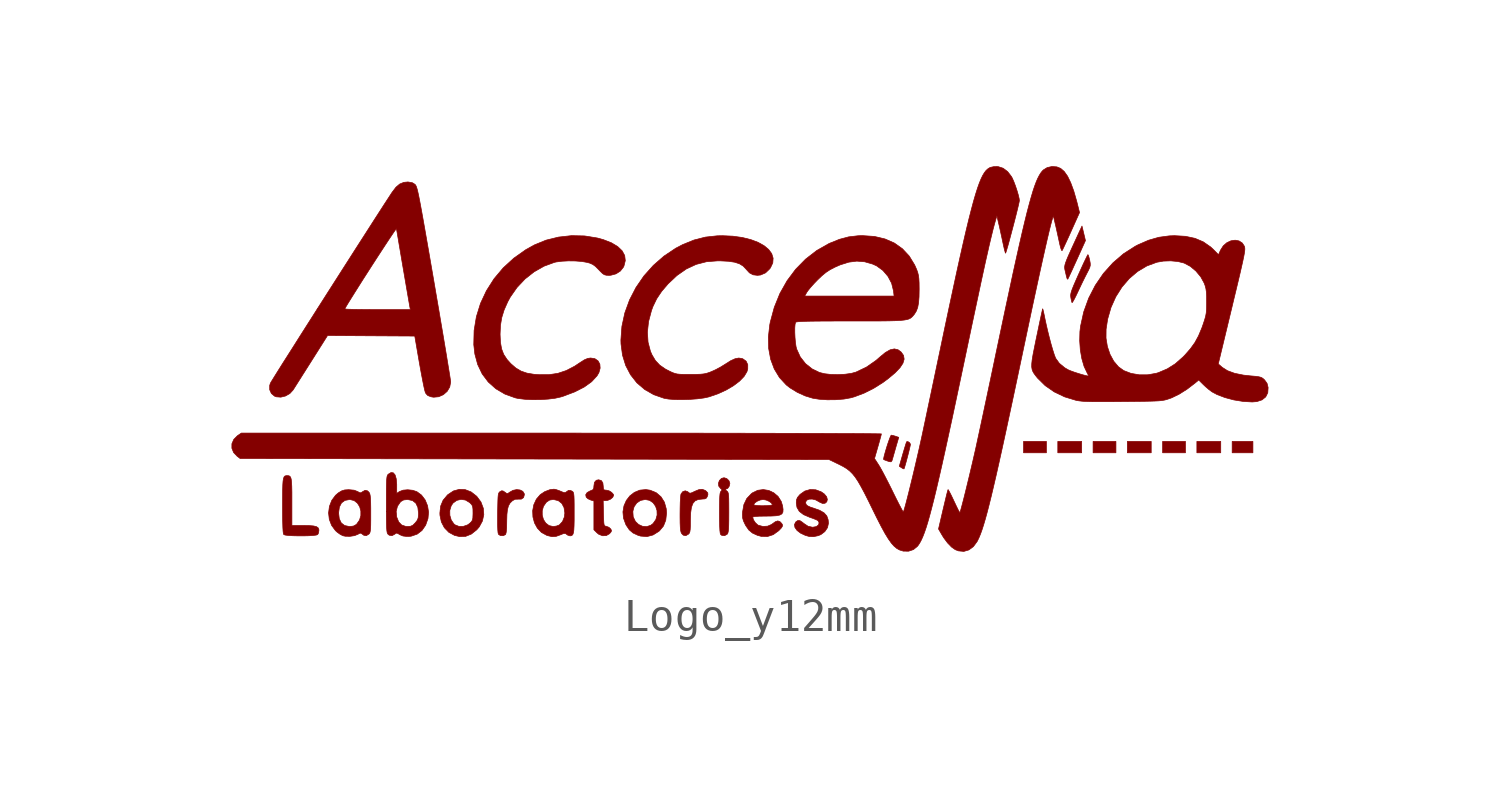
<source format=kicad_sym>
(kicad_symbol_lib
  (version 20211014)
  (generator kicad_symbol_editor)
  (symbol "Logo_y12mm"
    (pin_numbers hide)
    (pin_names
      (offset 0) hide)
    (property "Reference" "G"
      (at 0 5.08 0)
      (effects (font (size 1.27 1.27)) hide))
    (symbol "Logo_y12mm_0_0"
      (polyline (pts (xy 9.188 -3.404) (xy 8.476 -3.404) (xy 8.476 -3.76) (xy 9.188 -3.76) (xy 9.188 -3.404)) (stroke (width 0.01) (type default) (color 0 0 0 0)) (fill (type outline)))
      (polyline (pts (xy 10.288 -3.404) (xy 9.544 -3.404) (xy 9.544 -3.76) (xy 10.288 -3.76) (xy 10.288 -3.404)) (stroke (width 0.01) (type default) (color 0 0 0 0)) (fill (type outline)))
      (polyline (pts (xy 11.356 -3.404) (xy 10.644 -3.404) (xy 10.644 -3.76) (xy 11.356 -3.76) (xy 11.356 -3.404)) (stroke (width 0.01) (type default) (color 0 0 0 0)) (fill (type outline)))
      (polyline (pts (xy 12.456 -3.404) (xy 11.712 -3.404) (xy 11.712 -3.76) (xy 12.456 -3.76) (xy 12.456 -3.404)) (stroke (width 0.01) (type default) (color 0 0 0 0)) (fill (type outline)))
      (polyline (pts (xy 13.524 -3.404) (xy 12.812 -3.404) (xy 12.812 -3.76) (xy 13.524 -3.76) (xy 13.524 -3.404)) (stroke (width 0.01) (type default) (color 0 0 0 0)) (fill (type outline)))
      (polyline (pts (xy 14.624 -3.404) (xy 13.88 -3.404) (xy 13.88 -3.76) (xy 14.624 -3.76) (xy 14.624 -3.404)) (stroke (width 0.01) (type default) (color 0 0 0 0)) (fill (type outline)))
      (polyline (pts (xy 15.627 -3.404) (xy 14.98 -3.404) (xy 14.98 -3.76) (xy 15.627 -3.76) (xy 15.627 -3.404)) (stroke (width 0.01) (type default) (color 0 0 0 0)) (fill (type outline)))
      (polyline (pts (xy 4.749 -4.262) (xy 4.763 -4.224) (xy 4.788 -4.139) (xy 4.821 -4.023) (xy 4.856 -3.89) (xy 4.891 -3.756) (xy 4.92 -3.635) (xy 4.941 -3.544) (xy 4.949 -3.497) (xy 4.948 -3.488) (xy 4.92 -3.442) (xy 4.871 -3.411) (xy 4.83 -3.415) (xy 4.83 -3.415) (xy 4.817 -3.45) (xy 4.79 -3.535) (xy 4.753 -3.657) (xy 4.71 -3.803) (xy 4.602 -4.179) (xy 4.67 -4.225) (xy 4.718 -4.253) (xy 4.748 -4.262) (xy 4.749 -4.262)) (stroke (width 0.01) (type default) (color 0 0 0 0)) (fill (type outline)))
      (polyline (pts (xy 4.373 -4.009) (xy 4.397 -3.93) (xy 4.401 -3.915) (xy 4.429 -3.816) (xy 4.467 -3.683) (xy 4.507 -3.543) (xy 4.585 -3.278) (xy 4.487 -3.244) (xy 4.407 -3.22) (xy 4.351 -3.21) (xy 4.345 -3.215) (xy 4.32 -3.265) (xy 4.285 -3.357) (xy 4.243 -3.477) (xy 4.201 -3.609) (xy 4.163 -3.739) (xy 4.132 -3.852) (xy 4.114 -3.933) (xy 4.114 -3.969) (xy 4.114 -3.97) (xy 4.151 -3.986) (xy 4.221 -4.012) (xy 4.289 -4.035) (xy 4.344 -4.041) (xy 4.373 -4.009)) (stroke (width 0.01) (type default) (color 0 0 0 0)) (fill (type outline)))
      (polyline (pts (xy 9.855 1.654) (xy 9.877 1.697) (xy 9.92 1.789) (xy 9.981 1.919) (xy 10.054 2.08) (xy 10.137 2.261) (xy 10.406 2.857) (xy 10.352 3.084) (xy 10.298 3.31) (xy 10.215 3.132) (xy 10.155 3.001) (xy 10.04 2.751) (xy 9.948 2.55) (xy 9.877 2.392) (xy 9.825 2.269) (xy 9.79 2.176) (xy 9.768 2.106) (xy 9.758 2.051) (xy 9.757 2.006) (xy 9.762 1.964) (xy 9.772 1.918) (xy 9.785 1.863) (xy 9.808 1.763) (xy 9.825 1.698) (xy 9.836 1.666) (xy 9.854 1.652) (xy 9.855 1.654)) (stroke (width 0.01) (type default) (color 0 0 0 0)) (fill (type outline)))
      (polyline (pts (xy 10.009 0.945) (xy 10.05 1.016) (xy 10.106 1.125) (xy 10.171 1.262) (xy 10.234 1.396) (xy 10.316 1.568) (xy 10.395 1.727) (xy 10.457 1.848) (xy 10.499 1.929) (xy 10.54 2.017) (xy 10.557 2.085) (xy 10.555 2.153) (xy 10.538 2.245) (xy 10.521 2.317) (xy 10.499 2.391) (xy 10.483 2.419) (xy 10.481 2.418) (xy 10.458 2.377) (xy 10.414 2.287) (xy 10.352 2.158) (xy 10.279 1.998) (xy 10.197 1.817) (xy 10.109 1.619) (xy 10.04 1.459) (xy 9.992 1.34) (xy 9.962 1.252) (xy 9.947 1.186) (xy 9.944 1.132) (xy 9.95 1.081) (xy 9.955 1.051) (xy 9.973 0.968) (xy 9.987 0.922) (xy 9.988 0.921) (xy 10.009 0.945)) (stroke (width 0.01) (type default) (color 0 0 0 0)) (fill (type outline)))
      (polyline (pts (xy -13.97 -6.35) (xy -13.814 -6.346) (xy -13.679 -6.338) (xy -13.581 -6.326) (xy -13.533 -6.31) (xy -13.507 -6.261) (xy -13.494 -6.18) (xy -13.496 -6.15) (xy -13.518 -6.098) (xy -13.571 -6.062) (xy -13.663 -6.04) (xy -13.802 -6.029) (xy -13.998 -6.025) (xy -14.336 -6.025) (xy -14.336 -5.22) (xy -14.336 -4.984) (xy -14.34 -4.804) (xy -14.347 -4.671) (xy -14.358 -4.58) (xy -14.376 -4.522) (xy -14.402 -4.489) (xy -14.436 -4.475) (xy -14.481 -4.472) (xy -14.522 -4.474) (xy -14.556 -4.486) (xy -14.581 -4.514) (xy -14.599 -4.565) (xy -14.612 -4.646) (xy -14.62 -4.764) (xy -14.624 -4.926) (xy -14.626 -5.14) (xy -14.627 -5.41) (xy -14.626 -5.681) (xy -14.623 -5.909) (xy -14.618 -6.081) (xy -14.611 -6.202) (xy -14.601 -6.277) (xy -14.588 -6.31) (xy -14.586 -6.312) (xy -14.532 -6.327) (xy -14.43 -6.339) (xy -14.292 -6.346) (xy -14.134 -6.35) (xy -13.97 -6.35)) (stroke (width 0.01) (type default) (color 0 0 0 0)) (fill (type outline)))
      (polyline (pts (xy -7.677 -6.31) (xy -7.671 -6.303) (xy -7.653 -6.232) (xy -7.641 -6.099) (xy -7.638 -5.904) (xy -7.638 -5.89) (xy -7.632 -5.683) (xy -7.615 -5.528) (xy -7.583 -5.412) (xy -7.533 -5.325) (xy -7.461 -5.255) (xy -7.378 -5.209) (xy -7.279 -5.205) (xy -7.184 -5.205) (xy -7.113 -5.157) (xy -7.088 -5.067) (xy -7.092 -5.033) (xy -7.137 -4.961) (xy -7.221 -4.919) (xy -7.328 -4.907) (xy -7.442 -4.93) (xy -7.549 -4.99) (xy -7.599 -5.026) (xy -7.64 -5.026) (xy -7.699 -4.986) (xy -7.739 -4.956) (xy -7.79 -4.942) (xy -7.845 -4.969) (xy -7.85 -4.972) (xy -7.872 -4.992) (xy -7.889 -5.021) (xy -7.901 -5.07) (xy -7.909 -5.146) (xy -7.914 -5.26) (xy -7.918 -5.421) (xy -7.922 -5.637) (xy -7.923 -5.794) (xy -7.923 -6.007) (xy -7.917 -6.161) (xy -7.908 -6.259) (xy -7.893 -6.304) (xy -7.835 -6.34) (xy -7.749 -6.345) (xy -7.677 -6.31)) (stroke (width 0.01) (type default) (color 0 0 0 0)) (fill (type outline)))
      (polyline (pts (xy -1.97 -6.295) (xy -1.946 -6.267) (xy -1.928 -6.222) (xy -1.917 -6.149) (xy -1.912 -6.036) (xy -1.911 -5.871) (xy -1.911 -5.857) (xy -1.903 -5.63) (xy -1.879 -5.46) (xy -1.834 -5.338) (xy -1.765 -5.259) (xy -1.668 -5.216) (xy -1.539 -5.202) (xy -1.459 -5.196) (xy -1.409 -5.169) (xy -1.378 -5.108) (xy -1.366 -5.066) (xy -1.37 -5.008) (xy -1.421 -4.954) (xy -1.453 -4.931) (xy -1.543 -4.898) (xy -1.648 -4.909) (xy -1.784 -4.965) (xy -1.841 -4.994) (xy -1.904 -5.018) (xy -1.944 -5.014) (xy -1.981 -4.984) (xy -1.995 -4.972) (xy -2.073 -4.945) (xy -2.15 -4.972) (xy -2.204 -5.045) (xy -2.211 -5.077) (xy -2.22 -5.172) (xy -2.228 -5.309) (xy -2.232 -5.478) (xy -2.234 -5.664) (xy -2.234 -5.765) (xy -2.232 -5.949) (xy -2.226 -6.083) (xy -2.217 -6.176) (xy -2.203 -6.237) (xy -2.184 -6.277) (xy -2.133 -6.328) (xy -2.055 -6.344) (xy -1.97 -6.295)) (stroke (width 0.01) (type default) (color 0 0 0 0)) (fill (type outline)))
      (polyline (pts (xy -0.764 -6.298) (xy -0.76 -6.293) (xy -0.743 -6.262) (xy -0.731 -6.211) (xy -0.722 -6.129) (xy -0.717 -6.01) (xy -0.714 -5.843) (xy -0.713 -5.62) (xy -0.713 -5.522) (xy -0.714 -5.33) (xy -0.716 -5.19) (xy -0.721 -5.093) (xy -0.729 -5.028) (xy -0.742 -4.988) (xy -0.76 -4.963) (xy -0.785 -4.943) (xy -0.81 -4.925) (xy -0.832 -4.899) (xy -0.803 -4.893) (xy -0.747 -4.868) (xy -0.7 -4.8) (xy -0.681 -4.711) (xy -0.709 -4.63) (xy -0.777 -4.564) (xy -0.862 -4.537) (xy -0.942 -4.558) (xy -1.006 -4.622) (xy -1.037 -4.709) (xy -1.028 -4.798) (xy -0.972 -4.87) (xy -0.946 -4.889) (xy -0.925 -4.921) (xy -0.955 -4.957) (xy -0.96 -4.961) (xy -0.976 -4.989) (xy -0.988 -5.039) (xy -0.996 -5.12) (xy -1.001 -5.241) (xy -1.004 -5.41) (xy -1.005 -5.634) (xy -1.004 -5.854) (xy -0.999 -6.047) (xy -0.992 -6.185) (xy -0.981 -6.271) (xy -0.966 -6.31) (xy -0.93 -6.335) (xy -0.846 -6.344) (xy -0.764 -6.298)) (stroke (width 0.01) (type default) (color 0 0 0 0)) (fill (type outline)))
      (polyline (pts (xy -3.076 -6.322) (xy -2.895 -6.209) (xy -2.873 -6.19) (xy -2.751 -6.043) (xy -2.679 -5.861) (xy -2.655 -5.639) (xy -2.665 -5.503) (xy -2.722 -5.299) (xy -2.828 -5.131) (xy -2.977 -5.004) (xy -3.166 -4.926) (xy -3.3 -4.906) (xy -3.488 -4.924) (xy -3.655 -4.992) (xy -3.798 -5.102) (xy -3.909 -5.246) (xy -3.983 -5.415) (xy -4.012 -5.587) (xy -3.706 -5.587) (xy -3.667 -5.442) (xy -3.584 -5.324) (xy -3.466 -5.245) (xy -3.319 -5.216) (xy -3.187 -5.242) (xy -3.076 -5.316) (xy -2.997 -5.426) (xy -2.953 -5.559) (xy -2.949 -5.701) (xy -2.988 -5.841) (xy -3.075 -5.965) (xy -3.146 -6.019) (xy -3.272 -6.061) (xy -3.404 -6.051) (xy -3.527 -5.995) (xy -3.627 -5.898) (xy -3.691 -5.764) (xy -3.695 -5.75) (xy -3.706 -5.587) (xy -4.012 -5.587) (xy -4.015 -5.602) (xy -3.997 -5.797) (xy -3.925 -5.994) (xy -3.912 -6.018) (xy -3.815 -6.162) (xy -3.698 -6.261) (xy -3.543 -6.333) (xy -3.461 -6.357) (xy -3.264 -6.372) (xy -3.076 -6.322)) (stroke (width 0.01) (type default) (color 0 0 0 0)) (fill (type outline)))
      (polyline (pts (xy -4.534 -6.341) (xy -4.434 -6.284) (xy -4.39 -6.233) (xy -4.37 -6.193) (xy -4.39 -6.14) (xy -4.452 -6.083) (xy -4.532 -6.052) (xy -4.534 -6.051) (xy -4.567 -6.045) (xy -4.589 -6.029) (xy -4.604 -5.992) (xy -4.612 -5.922) (xy -4.617 -5.811) (xy -4.622 -5.645) (xy -4.63 -5.249) (xy -4.532 -5.249) (xy -4.487 -5.242) (xy -4.401 -5.205) (xy -4.333 -5.148) (xy -4.305 -5.087) (xy -4.314 -5.054) (xy -4.367 -4.994) (xy -4.447 -4.945) (xy -4.532 -4.925) (xy -4.544 -4.925) (xy -4.601 -4.917) (xy -4.624 -4.882) (xy -4.629 -4.802) (xy -4.641 -4.698) (xy -4.689 -4.625) (xy -4.774 -4.601) (xy -4.846 -4.617) (xy -4.902 -4.68) (xy -4.92 -4.795) (xy -4.925 -4.866) (xy -4.953 -4.913) (xy -5.022 -4.943) (xy -5.038 -4.948) (xy -5.132 -5) (xy -5.175 -5.068) (xy -5.16 -5.143) (xy -5.159 -5.144) (xy -5.105 -5.193) (xy -5.022 -5.231) (xy -4.92 -5.262) (xy -4.92 -6.16) (xy -4.825 -6.254) (xy -4.767 -6.301) (xy -4.651 -6.346) (xy -4.534 -6.341)) (stroke (width 0.01) (type default) (color 0 0 0 0)) (fill (type outline)))
      (polyline (pts (xy -8.919 -6.365) (xy -8.742 -6.294) (xy -8.572 -6.159) (xy -8.496 -6.071) (xy -8.396 -5.887) (xy -8.353 -5.69) (xy -8.368 -5.489) (xy -8.441 -5.295) (xy -8.571 -5.119) (xy -8.581 -5.11) (xy -8.749 -4.979) (xy -8.93 -4.909) (xy -9.116 -4.899) (xy -9.298 -4.949) (xy -9.469 -5.061) (xy -9.49 -5.081) (xy -9.622 -5.239) (xy -9.698 -5.421) (xy -9.713 -5.555) (xy -9.413 -5.555) (xy -9.369 -5.411) (xy -9.311 -5.327) (xy -9.197 -5.244) (xy -9.063 -5.212) (xy -8.924 -5.233) (xy -8.795 -5.311) (xy -8.772 -5.332) (xy -8.726 -5.382) (xy -8.701 -5.436) (xy -8.691 -5.514) (xy -8.689 -5.637) (xy -8.69 -5.688) (xy -8.694 -5.793) (xy -8.708 -5.859) (xy -8.74 -5.91) (xy -8.795 -5.963) (xy -8.859 -6.008) (xy -8.992 -6.054) (xy -9.129 -6.054) (xy -9.248 -6.007) (xy -9.287 -5.974) (xy -9.368 -5.857) (xy -9.411 -5.71) (xy -9.413 -5.555) (xy -9.713 -5.555) (xy -9.722 -5.637) (xy -9.72 -5.705) (xy -9.676 -5.915) (xy -9.582 -6.096) (xy -9.444 -6.238) (xy -9.267 -6.334) (xy -9.107 -6.372) (xy -8.919 -6.365)) (stroke (width 0.01) (type default) (color 0 0 0 0)) (fill (type outline)))
      (polyline (pts (xy 2.075 -6.343) (xy 2.158 -6.309) (xy 2.28 -6.216) (xy 2.363 -6.094) (xy 2.393 -5.958) (xy 2.384 -5.85) (xy 2.342 -5.729) (xy 2.256 -5.632) (xy 2.121 -5.554) (xy 1.928 -5.485) (xy 1.831 -5.454) (xy 1.74 -5.412) (xy 1.694 -5.367) (xy 1.681 -5.309) (xy 1.681 -5.299) (xy 1.714 -5.239) (xy 1.788 -5.206) (xy 1.887 -5.202) (xy 1.996 -5.229) (xy 2.098 -5.286) (xy 2.111 -5.295) (xy 2.208 -5.339) (xy 2.287 -5.333) (xy 2.34 -5.288) (xy 2.359 -5.216) (xy 2.336 -5.13) (xy 2.262 -5.042) (xy 2.166 -4.976) (xy 1.996 -4.913) (xy 1.822 -4.905) (xy 1.656 -4.953) (xy 1.511 -5.055) (xy 1.491 -5.076) (xy 1.426 -5.154) (xy 1.397 -5.227) (xy 1.39 -5.325) (xy 1.411 -5.461) (xy 1.484 -5.586) (xy 1.615 -5.687) (xy 1.804 -5.769) (xy 1.805 -5.769) (xy 1.919 -5.809) (xy 2.011 -5.846) (xy 2.061 -5.872) (xy 2.068 -5.877) (xy 2.102 -5.942) (xy 2.082 -6.01) (xy 2.013 -6.061) (xy 1.899 -6.081) (xy 1.757 -6.05) (xy 1.621 -5.96) (xy 1.587 -5.93) (xy 1.504 -5.875) (xy 1.438 -5.871) (xy 1.376 -5.914) (xy 1.373 -5.917) (xy 1.333 -5.998) (xy 1.348 -6.088) (xy 1.413 -6.18) (xy 1.524 -6.265) (xy 1.673 -6.335) (xy 1.794 -6.369) (xy 1.926 -6.375) (xy 2.075 -6.343)) (stroke (width 0.01) (type default) (color 0 0 0 0)) (fill (type outline)))
      (polyline (pts (xy -12.381 -6.342) (xy -12.272 -6.298) (xy -12.23 -6.272) (xy -12.185 -6.265) (xy -12.138 -6.298) (xy -12.095 -6.33) (xy -12.017 -6.344) (xy -11.936 -6.295) (xy -11.923 -6.282) (xy -11.905 -6.252) (xy -11.893 -6.205) (xy -11.884 -6.131) (xy -11.879 -6.021) (xy -11.877 -5.866) (xy -11.877 -5.655) (xy -11.877 -5.485) (xy -11.88 -5.309) (xy -11.885 -5.181) (xy -11.895 -5.093) (xy -11.908 -5.035) (xy -11.927 -4.997) (xy -11.976 -4.947) (xy -12.053 -4.929) (xy -12.138 -4.976) (xy -12.176 -5.005) (xy -12.219 -5.006) (xy -12.284 -4.969) (xy -12.392 -4.926) (xy -12.56 -4.91) (xy -12.569 -4.91) (xy -12.691 -4.918) (xy -12.785 -4.947) (xy -12.884 -5.007) (xy -12.974 -5.083) (xy -13.093 -5.244) (xy -13.166 -5.431) (xy -13.192 -5.632) (xy -13.192 -5.637) (xy -12.88 -5.637) (xy -12.879 -5.624) (xy -12.855 -5.449) (xy -12.789 -5.322) (xy -12.683 -5.244) (xy -12.536 -5.217) (xy -12.524 -5.217) (xy -12.396 -5.249) (xy -12.295 -5.328) (xy -12.223 -5.441) (xy -12.186 -5.575) (xy -12.186 -5.718) (xy -12.228 -5.858) (xy -12.314 -5.98) (xy -12.332 -5.997) (xy -12.416 -6.044) (xy -12.532 -6.058) (xy -12.549 -6.057) (xy -12.693 -6.027) (xy -12.796 -5.947) (xy -12.859 -5.816) (xy -12.88 -5.637) (xy -13.192 -5.637) (xy -13.17 -5.834) (xy -13.098 -6.023) (xy -12.977 -6.187) (xy -12.926 -6.233) (xy -12.828 -6.304) (xy -12.743 -6.346) (xy -12.666 -6.362) (xy -12.523 -6.364) (xy -12.381 -6.342)) (stroke (width 0.01) (type default) (color 0 0 0 0)) (fill (type outline)))
      (polyline (pts (xy -6.101 -6.366) (xy -5.961 -6.316) (xy -5.931 -6.303) (xy -5.855 -6.274) (xy -5.809 -6.274) (xy -5.772 -6.301) (xy -5.737 -6.327) (xy -5.668 -6.349) (xy -5.646 -6.348) (xy -5.608 -6.338) (xy -5.579 -6.31) (xy -5.559 -6.257) (xy -5.546 -6.17) (xy -5.539 -6.042) (xy -5.535 -5.865) (xy -5.535 -5.632) (xy -5.535 -5.587) (xy -5.535 -5.378) (xy -5.537 -5.224) (xy -5.541 -5.115) (xy -5.549 -5.043) (xy -5.56 -4.999) (xy -5.576 -4.974) (xy -5.597 -4.958) (xy -5.645 -4.936) (xy -5.711 -4.931) (xy -5.772 -4.973) (xy -5.783 -4.983) (xy -5.82 -5.002) (xy -5.872 -4.994) (xy -5.961 -4.958) (xy -6.002 -4.94) (xy -6.098 -4.907) (xy -6.165 -4.894) (xy -6.292 -4.91) (xy -6.452 -4.971) (xy -6.592 -5.064) (xy -6.714 -5.206) (xy -6.794 -5.38) (xy -6.829 -5.566) (xy -6.531 -5.566) (xy -6.492 -5.429) (xy -6.408 -5.308) (xy -6.395 -5.295) (xy -6.302 -5.234) (xy -6.191 -5.216) (xy -6.172 -5.217) (xy -6.03 -5.252) (xy -5.92 -5.338) (xy -5.851 -5.469) (xy -5.826 -5.637) (xy -5.84 -5.759) (xy -5.898 -5.902) (xy -5.995 -6.007) (xy -6.003 -6.012) (xy -6.089 -6.044) (xy -6.191 -6.058) (xy -6.192 -6.058) (xy -6.319 -6.029) (xy -6.42 -5.952) (xy -6.492 -5.841) (xy -6.53 -5.708) (xy -6.531 -5.566) (xy -6.829 -5.566) (xy -6.829 -5.569) (xy -6.821 -5.762) (xy -6.772 -5.946) (xy -6.682 -6.11) (xy -6.555 -6.243) (xy -6.392 -6.332) (xy -6.367 -6.341) (xy -6.226 -6.374) (xy -6.101 -6.366)) (stroke (width 0.01) (type default) (color 0 0 0 0)) (fill (type outline)))
      (polyline (pts (xy 0.672 -6.312) (xy 0.84 -6.19) (xy 0.844 -6.187) (xy 0.926 -6.101) (xy 0.962 -6.04) (xy 0.953 -5.987) (xy 0.905 -5.929) (xy 0.877 -5.904) (xy 0.813 -5.883) (xy 0.737 -5.909) (xy 0.635 -5.982) (xy 0.62 -5.994) (xy 0.496 -6.047) (xy 0.35 -6.056) (xy 0.208 -6.019) (xy 0.188 -6.008) (xy 0.114 -5.94) (xy 0.055 -5.851) (xy 0.031 -5.768) (xy 0.042 -5.758) (xy 0.109 -5.745) (xy 0.236 -5.737) (xy 0.417 -5.734) (xy 0.602 -5.732) (xy 0.763 -5.723) (xy 0.873 -5.702) (xy 0.941 -5.665) (xy 0.973 -5.607) (xy 0.978 -5.524) (xy 0.962 -5.411) (xy 0.92 -5.275) (xy 0.824 -5.124) (xy 0.691 -5.009) (xy 0.533 -4.934) (xy 0.361 -4.906) (xy 0.188 -4.929) (xy 0.025 -5.008) (xy -0.013 -5.037) (xy -0.154 -5.186) (xy -0.243 -5.373) (xy -0.245 -5.38) (xy 0.063 -5.38) (xy 0.063 -5.378) (xy 0.094 -5.325) (xy 0.167 -5.272) (xy 0.261 -5.232) (xy 0.354 -5.216) (xy 0.359 -5.216) (xy 0.453 -5.234) (xy 0.546 -5.275) (xy 0.617 -5.328) (xy 0.646 -5.38) (xy 0.638 -5.387) (xy 0.582 -5.399) (xy 0.483 -5.407) (xy 0.354 -5.41) (xy 0.289 -5.41) (xy 0.173 -5.404) (xy 0.093 -5.394) (xy 0.063 -5.38) (xy -0.245 -5.38) (xy -0.284 -5.6) (xy -0.288 -5.686) (xy -0.283 -5.791) (xy -0.258 -5.882) (xy -0.206 -5.991) (xy -0.184 -6.033) (xy -0.089 -6.169) (xy 0.025 -6.263) (xy 0.178 -6.333) (xy 0.297 -6.365) (xy 0.491 -6.37) (xy 0.672 -6.312)) (stroke (width 0.01) (type default) (color 0 0 0 0)) (fill (type outline)))
      (polyline (pts (xy -10.651 -6.364) (xy -10.611 -6.358) (xy -10.43 -6.296) (xy -10.28 -6.181) (xy -10.166 -6.017) (xy -10.093 -5.809) (xy -10.075 -5.61) (xy -10.106 -5.411) (xy -10.181 -5.229) (xy -10.295 -5.078) (xy -10.441 -4.971) (xy -10.572 -4.928) (xy -10.724 -4.912) (xy -10.87 -4.925) (xy -10.982 -4.968) (xy -11.068 -5.024) (xy -11.068 -4.771) (xy -11.068 -4.742) (xy -11.083 -4.57) (xy -11.119 -4.449) (xy -11.174 -4.384) (xy -11.246 -4.376) (xy -11.332 -4.428) (xy -11.338 -4.434) (xy -11.354 -4.456) (xy -11.367 -4.49) (xy -11.376 -4.543) (xy -11.383 -4.623) (xy -11.387 -4.738) (xy -11.39 -4.895) (xy -11.391 -5.101) (xy -11.391 -5.365) (xy -11.391 -5.541) (xy -11.391 -5.59) (xy -11.085 -5.59) (xy -11.045 -5.428) (xy -10.953 -5.293) (xy -10.935 -5.277) (xy -10.852 -5.23) (xy -10.737 -5.217) (xy -10.719 -5.218) (xy -10.574 -5.249) (xy -10.471 -5.331) (xy -10.409 -5.462) (xy -10.388 -5.643) (xy -10.389 -5.693) (xy -10.399 -5.792) (xy -10.429 -5.866) (xy -10.489 -5.943) (xy -10.491 -5.945) (xy -10.564 -6.017) (xy -10.634 -6.05) (xy -10.733 -6.058) (xy -10.788 -6.054) (xy -10.914 -6.011) (xy -11.006 -5.915) (xy -11.068 -5.763) (xy -11.069 -5.761) (xy -11.085 -5.59) (xy -11.391 -5.59) (xy -11.39 -5.771) (xy -11.387 -5.948) (xy -11.383 -6.08) (xy -11.377 -6.173) (xy -11.368 -6.236) (xy -11.356 -6.275) (xy -11.34 -6.298) (xy -11.301 -6.329) (xy -11.216 -6.344) (xy -11.127 -6.296) (xy -11.123 -6.291) (xy -11.069 -6.261) (xy -11.022 -6.282) (xy -10.967 -6.315) (xy -10.884 -6.35) (xy -10.864 -6.355) (xy -10.762 -6.367) (xy -10.651 -6.364)) (stroke (width 0.01) (type default) (color 0 0 0 0)) (fill (type outline)))
      (polyline (pts (xy -6.591 -2.101) (xy -6.348 -2.086) (xy -6.13 -2.059) (xy -5.955 -2.02) (xy -5.871 -1.994) (xy -5.517 -1.86) (xy -5.223 -1.71) (xy -4.992 -1.544) (xy -4.823 -1.361) (xy -4.763 -1.258) (xy -4.725 -1.119) (xy -4.735 -0.994) (xy -4.791 -0.893) (xy -4.888 -0.826) (xy -5.022 -0.804) (xy -5.112 -0.817) (xy -5.216 -0.861) (xy -5.345 -0.943) (xy -5.523 -1.061) (xy -5.783 -1.196) (xy -6.041 -1.282) (xy -6.313 -1.323) (xy -6.618 -1.325) (xy -6.784 -1.313) (xy -7.007 -1.276) (xy -7.193 -1.212) (xy -7.356 -1.115) (xy -7.511 -0.98) (xy -7.628 -0.85) (xy -7.731 -0.694) (xy -7.797 -0.523) (xy -7.833 -0.32) (xy -7.845 -0.071) (xy -7.845 -0.058) (xy -7.833 0.215) (xy -7.793 0.456) (xy -7.72 0.692) (xy -7.607 0.948) (xy -7.527 1.095) (xy -7.318 1.394) (xy -7.067 1.66) (xy -6.782 1.884) (xy -6.473 2.059) (xy -6.149 2.178) (xy -6.095 2.19) (xy -5.918 2.213) (xy -5.71 2.224) (xy -5.494 2.221) (xy -5.292 2.205) (xy -5.129 2.176) (xy -5.05 2.154) (xy -4.956 2.113) (xy -4.87 2.05) (xy -4.771 1.95) (xy -4.728 1.905) (xy -4.653 1.831) (xy -4.594 1.792) (xy -4.532 1.776) (xy -4.447 1.773) (xy -4.392 1.776) (xy -4.232 1.819) (xy -4.096 1.906) (xy -4.002 2.025) (xy -3.983 2.063) (xy -3.941 2.232) (xy -3.96 2.391) (xy -4.04 2.538) (xy -4.18 2.672) (xy -4.376 2.789) (xy -4.628 2.887) (xy -4.814 2.938) (xy -5.21 3.002) (xy -5.617 3.011) (xy -6.022 2.966) (xy -6.412 2.87) (xy -6.774 2.722) (xy -7.041 2.574) (xy -7.416 2.309) (xy -7.748 2.005) (xy -8.034 1.665) (xy -8.27 1.294) (xy -8.455 0.899) (xy -8.584 0.483) (xy -8.655 0.053) (xy -8.665 -0.388) (xy -8.632 -0.679) (xy -8.543 -1.008) (xy -8.403 -1.3) (xy -8.213 -1.553) (xy -7.977 -1.763) (xy -7.696 -1.929) (xy -7.373 -2.046) (xy -7.277 -2.067) (xy -7.075 -2.091) (xy -6.84 -2.103) (xy -6.591 -2.101)) (stroke (width 0.01) (type default) (color 0 0 0 0)) (fill (type outline)))
      (polyline (pts (xy -1.934 -2.095) (xy -1.702 -2.078) (xy -1.494 -2.051) (xy -1.328 -2.015) (xy -1.323 -2.013) (xy -1.049 -1.919) (xy -0.795 -1.802) (xy -0.569 -1.669) (xy -0.38 -1.526) (xy -0.237 -1.378) (xy -0.149 -1.232) (xy -0.124 -1.146) (xy -0.123 -1.012) (xy -0.174 -0.903) (xy -0.276 -0.83) (xy -0.3 -0.821) (xy -0.404 -0.805) (xy -0.518 -0.827) (xy -0.655 -0.889) (xy -0.826 -0.997) (xy -0.959 -1.08) (xy -1.116 -1.165) (xy -1.257 -1.229) (xy -1.313 -1.251) (xy -1.401 -1.28) (xy -1.488 -1.299) (xy -1.592 -1.31) (xy -1.727 -1.315) (xy -1.911 -1.316) (xy -1.931 -1.316) (xy -2.103 -1.316) (xy -2.228 -1.312) (xy -2.321 -1.303) (xy -2.396 -1.285) (xy -2.471 -1.258) (xy -2.559 -1.217) (xy -2.692 -1.148) (xy -2.867 -1.027) (xy -3.002 -0.884) (xy -3.109 -0.705) (xy -3.157 -0.595) (xy -3.232 -0.31) (xy -3.252 0.0004) (xy -3.216 0.332) (xy -3.124 0.678) (xy -3.079 0.801) (xy -2.962 1.043) (xy -2.808 1.273) (xy -2.606 1.509) (xy -2.332 1.767) (xy -2.04 1.971) (xy -1.733 2.114) (xy -1.408 2.198) (xy -1.06 2.225) (xy -0.963 2.224) (xy -0.721 2.211) (xy -0.53 2.182) (xy -0.381 2.133) (xy -0.266 2.062) (xy -0.176 1.967) (xy -0.173 1.962) (xy -0.069 1.85) (xy 0.043 1.79) (xy 0.179 1.773) (xy 0.279 1.784) (xy 0.432 1.851) (xy 0.563 1.978) (xy 0.586 2.01) (xy 0.657 2.161) (xy 0.668 2.308) (xy 0.624 2.449) (xy 0.528 2.58) (xy 0.384 2.699) (xy 0.197 2.803) (xy -0.03 2.888) (xy -0.292 2.953) (xy -0.586 2.994) (xy -0.907 3.009) (xy -1.072 3.006) (xy -1.445 2.965) (xy -1.798 2.875) (xy -2.151 2.732) (xy -2.367 2.619) (xy -2.735 2.373) (xy -3.067 2.083) (xy -3.36 1.755) (xy -3.608 1.394) (xy -3.808 1.007) (xy -3.956 0.601) (xy -4.047 0.181) (xy -4.078 -0.245) (xy -4.075 -0.364) (xy -4.028 -0.716) (xy -3.928 -1.039) (xy -3.777 -1.327) (xy -3.58 -1.578) (xy -3.337 -1.786) (xy -3.054 -1.948) (xy -2.732 -2.06) (xy -2.594 -2.084) (xy -2.398 -2.099) (xy -2.171 -2.102) (xy -1.934 -2.095)) (stroke (width 0.01) (type default) (color 0 0 0 0)) (fill (type outline)))
      (polyline (pts (xy 6.771 -6.788) (xy 6.911 -6.685) (xy 7.028 -6.526) (xy 7.054 -6.475) (xy 7.096 -6.385) (xy 7.139 -6.279) (xy 7.184 -6.152) (xy 7.232 -6.003) (xy 7.284 -5.827) (xy 7.34 -5.623) (xy 7.401 -5.387) (xy 7.468 -5.117) (xy 7.541 -4.809) (xy 7.622 -4.461) (xy 7.71 -4.07) (xy 7.807 -3.633) (xy 7.913 -3.147) (xy 8.029 -2.608) (xy 8.156 -2.016) (xy 8.294 -1.365) (xy 8.444 -0.654) (xy 8.503 -0.375) (xy 8.636 0.254) (xy 8.759 0.833) (xy 8.873 1.36) (xy 8.976 1.835) (xy 9.069 2.255) (xy 9.151 2.62) (xy 9.221 2.926) (xy 9.28 3.175) (xy 9.327 3.362) (xy 9.361 3.488) (xy 9.405 3.633) (xy 9.472 3.342) (xy 9.478 3.318) (xy 9.518 3.139) (xy 9.56 2.949) (xy 9.596 2.783) (xy 9.607 2.732) (xy 9.634 2.626) (xy 9.659 2.558) (xy 9.675 2.541) (xy 9.676 2.542) (xy 9.699 2.585) (xy 9.743 2.677) (xy 9.804 2.808) (xy 9.878 2.968) (xy 9.959 3.148) (xy 10.221 3.731) (xy 10.157 3.989) (xy 10.133 4.084) (xy 10.041 4.404) (xy 9.946 4.662) (xy 9.848 4.864) (xy 9.744 5.011) (xy 9.633 5.107) (xy 9.514 5.155) (xy 9.361 5.166) (xy 9.213 5.133) (xy 9.092 5.058) (xy 9.057 5.022) (xy 9.011 4.963) (xy 8.966 4.89) (xy 8.919 4.8) (xy 8.871 4.689) (xy 8.821 4.556) (xy 8.768 4.397) (xy 8.712 4.209) (xy 8.651 3.989) (xy 8.584 3.735) (xy 8.512 3.443) (xy 8.433 3.111) (xy 8.347 2.736) (xy 8.253 2.315) (xy 8.149 1.845) (xy 8.037 1.323) (xy 7.913 0.746) (xy 7.779 0.112) (xy 7.632 -0.584) (xy 7.617 -0.654) (xy 7.535 -1.047) (xy 7.452 -1.44) (xy 7.37 -1.827) (xy 7.291 -2.199) (xy 7.217 -2.547) (xy 7.149 -2.865) (xy 7.089 -3.143) (xy 7.039 -3.374) (xy 7.001 -3.55) (xy 7 -3.556) (xy 6.951 -3.772) (xy 6.897 -4.008) (xy 6.839 -4.254) (xy 6.78 -4.503) (xy 6.721 -4.746) (xy 6.665 -4.975) (xy 6.613 -5.183) (xy 6.567 -5.36) (xy 6.53 -5.498) (xy 6.504 -5.59) (xy 6.49 -5.627) (xy 6.489 -5.627) (xy 6.469 -5.596) (xy 6.428 -5.519) (xy 6.373 -5.405) (xy 6.307 -5.266) (xy 6.297 -5.244) (xy 6.233 -5.109) (xy 6.178 -5) (xy 6.139 -4.929) (xy 6.122 -4.906) (xy 6.122 -4.907) (xy 6.109 -4.946) (xy 6.085 -5.037) (xy 6.052 -5.171) (xy 6.012 -5.338) (xy 5.967 -5.527) (xy 5.825 -6.135) (xy 5.919 -6.298) (xy 5.984 -6.405) (xy 6.107 -6.57) (xy 6.232 -6.699) (xy 6.347 -6.78) (xy 6.447 -6.818) (xy 6.614 -6.834) (xy 6.771 -6.788)) (stroke (width 0.01) (type default) (color 0 0 0 0)) (fill (type outline)))
      (polyline (pts (xy 2.625 -2.104) (xy 2.877 -2.084) (xy 3.091 -2.045) (xy 3.204 -2.013) (xy 3.506 -1.899) (xy 3.809 -1.746) (xy 4.092 -1.568) (xy 4.261 -1.442) (xy 4.471 -1.266) (xy 4.622 -1.108) (xy 4.716 -0.966) (xy 4.753 -0.839) (xy 4.734 -0.724) (xy 4.66 -0.619) (xy 4.563 -0.547) (xy 4.447 -0.52) (xy 4.316 -0.549) (xy 4.167 -0.634) (xy 3.995 -0.776) (xy 3.88 -0.877) (xy 3.576 -1.089) (xy 3.248 -1.245) (xy 3.104 -1.284) (xy 2.906 -1.311) (xy 2.686 -1.322) (xy 2.467 -1.317) (xy 2.268 -1.294) (xy 2.11 -1.254) (xy 1.887 -1.146) (xy 1.677 -0.98) (xy 1.514 -0.771) (xy 1.401 -0.524) (xy 1.382 -0.446) (xy 1.363 -0.315) (xy 1.35 -0.163) (xy 1.343 -0.008) (xy 1.343 0.134) (xy 1.352 0.245) (xy 1.369 0.31) (xy 1.369 0.31) (xy 1.391 0.319) (xy 1.445 0.327) (xy 1.536 0.333) (xy 1.668 0.339) (xy 1.844 0.343) (xy 2.069 0.346) (xy 2.346 0.348) (xy 2.68 0.349) (xy 3.075 0.349) (xy 3.136 0.349) (xy 3.516 0.349) (xy 3.837 0.35) (xy 4.105 0.351) (xy 4.325 0.355) (xy 4.503 0.36) (xy 4.644 0.368) (xy 4.753 0.379) (xy 4.837 0.394) (xy 4.9 0.412) (xy 4.948 0.436) (xy 4.986 0.465) (xy 5.02 0.499) (xy 5.055 0.54) (xy 5.072 0.561) (xy 5.132 0.657) (xy 5.175 0.77) (xy 5.202 0.914) (xy 5.217 1.099) (xy 5.221 1.336) (xy 5.221 1.357) (xy 5.219 1.536) (xy 5.212 1.668) (xy 5.199 1.77) (xy 5.177 1.859) (xy 5.145 1.951) (xy 5.08 2.098) (xy 4.912 2.373) (xy 4.7 2.601) (xy 4.448 2.78) (xy 4.156 2.908) (xy 3.827 2.986) (xy 3.462 3.011) (xy 3.321 3.008) (xy 3.024 2.973) (xy 2.735 2.896) (xy 2.43 2.773) (xy 2.406 2.762) (xy 2.026 2.546) (xy 1.68 2.278) (xy 1.371 1.963) (xy 1.103 1.604) (xy 0.879 1.207) (xy 0.846 1.126) (xy 1.651 1.126) (xy 1.72 1.247) (xy 1.758 1.301) (xy 1.837 1.399) (xy 1.94 1.514) (xy 2.054 1.632) (xy 2.186 1.758) (xy 2.314 1.864) (xy 2.442 1.948) (xy 2.591 2.026) (xy 2.76 2.1) (xy 3.027 2.184) (xy 3.277 2.216) (xy 3.522 2.196) (xy 3.772 2.124) (xy 3.895 2.068) (xy 4.09 1.926) (xy 4.248 1.742) (xy 4.362 1.528) (xy 4.42 1.294) (xy 4.44 1.126) (xy 1.651 1.126) (xy 0.846 1.126) (xy 0.704 0.776) (xy 0.58 0.317) (xy 0.564 0.237) (xy 0.52 -0.147) (xy 0.529 -0.508) (xy 0.591 -0.843) (xy 0.704 -1.146) (xy 0.866 -1.414) (xy 1.078 -1.643) (xy 1.193 -1.734) (xy 1.419 -1.873) (xy 1.667 -1.986) (xy 1.907 -2.059) (xy 2.105 -2.09) (xy 2.359 -2.107) (xy 2.625 -2.104)) (stroke (width 0.01) (type default) (color 0 0 0 0)) (fill (type outline)))
      (polyline (pts (xy -9.759 -2.012) (xy -9.614 -1.948) (xy -9.495 -1.844) (xy -9.415 -1.709) (xy -9.386 -1.554) (xy -9.386 -1.549) (xy -9.393 -1.489) (xy -9.411 -1.371) (xy -9.439 -1.199) (xy -9.475 -0.979) (xy -9.518 -0.714) (xy -9.569 -0.41) (xy -9.626 -0.07) (xy -9.689 0.3) (xy -9.756 0.696) (xy -9.828 1.113) (xy -9.902 1.546) (xy -9.912 1.605) (xy -9.998 2.102) (xy -10.074 2.541) (xy -10.141 2.924) (xy -10.199 3.255) (xy -10.249 3.538) (xy -10.292 3.777) (xy -10.329 3.977) (xy -10.36 4.14) (xy -10.386 4.271) (xy -10.409 4.374) (xy -10.428 4.452) (xy -10.445 4.51) (xy -10.46 4.55) (xy -10.474 4.579) (xy -10.488 4.598) (xy -10.502 4.612) (xy -10.579 4.66) (xy -10.717 4.685) (xy -10.846 4.672) (xy -10.974 4.62) (xy -11.091 4.521) (xy -11.209 4.366) (xy -11.232 4.332) (xy -11.326 4.187) (xy -11.447 4.002) (xy -11.59 3.78) (xy -11.753 3.527) (xy -11.933 3.246) (xy -12.128 2.942) (xy -12.335 2.62) (xy -12.551 2.282) (xy -12.773 1.935) (xy -12.999 1.581) (xy -13.226 1.226) (xy -13.45 0.874) (xy -13.545 0.726) (xy -12.685 0.726) (xy -12.678 0.743) (xy -12.641 0.809) (xy -12.576 0.917) (xy -12.487 1.06) (xy -12.379 1.233) (xy -12.256 1.428) (xy -12.122 1.64) (xy -11.98 1.861) (xy -11.836 2.086) (xy -11.693 2.307) (xy -11.555 2.519) (xy -11.427 2.715) (xy -11.313 2.888) (xy -11.216 3.033) (xy -11.142 3.142) (xy -11.094 3.209) (xy -11.076 3.228) (xy -11.046 3.052) (xy -11.005 2.809) (xy -10.961 2.55) (xy -10.916 2.282) (xy -10.87 2.014) (xy -10.825 1.753) (xy -10.783 1.507) (xy -10.745 1.285) (xy -10.712 1.095) (xy -10.686 0.944) (xy -10.668 0.841) (xy -10.66 0.794) (xy -10.642 0.705) (xy -11.664 0.705) (xy -11.798 0.705) (xy -12.037 0.707) (xy -12.25 0.709) (xy -12.429 0.712) (xy -12.566 0.716) (xy -12.654 0.721) (xy -12.685 0.726) (xy -13.545 0.726) (xy -13.67 0.528) (xy -13.883 0.194) (xy -14.085 -0.124) (xy -14.274 -0.423) (xy -14.448 -0.697) (xy -14.604 -0.942) (xy -14.738 -1.155) (xy -14.848 -1.331) (xy -14.931 -1.465) (xy -14.985 -1.553) (xy -15.007 -1.591) (xy -15.028 -1.66) (xy -15.028 -1.794) (xy -14.976 -1.91) (xy -14.877 -1.993) (xy -14.823 -2.014) (xy -14.682 -2.025) (xy -14.535 -1.989) (xy -14.401 -1.913) (xy -14.299 -1.802) (xy -14.294 -1.794) (xy -14.257 -1.736) (xy -14.192 -1.633) (xy -14.102 -1.491) (xy -13.994 -1.32) (xy -13.871 -1.126) (xy -13.739 -0.918) (xy -13.224 -0.103) (xy -11.865 -0.112) (xy -10.505 -0.12) (xy -10.363 -0.945) (xy -10.329 -1.135) (xy -10.289 -1.351) (xy -10.252 -1.543) (xy -10.22 -1.7) (xy -10.194 -1.814) (xy -10.177 -1.873) (xy -10.157 -1.913) (xy -10.099 -1.974) (xy -10 -2.013) (xy -9.918 -2.027) (xy -9.759 -2.012)) (stroke (width 0.01) (type default) (color 0 0 0 0)) (fill (type outline)))
      (polyline (pts (xy 5.044 -6.777) (xy 5.168 -6.674) (xy 5.202 -6.63) (xy 5.246 -6.56) (xy 5.291 -6.475) (xy 5.337 -6.372) (xy 5.385 -6.248) (xy 5.436 -6.101) (xy 5.49 -5.926) (xy 5.548 -5.722) (xy 5.611 -5.485) (xy 5.68 -5.214) (xy 5.755 -4.904) (xy 5.837 -4.553) (xy 5.927 -4.159) (xy 6.025 -3.719) (xy 6.132 -3.228) (xy 6.25 -2.686) (xy 6.377 -2.089) (xy 6.516 -1.434) (xy 6.667 -0.719) (xy 6.749 -0.329) (xy 6.865 0.221) (xy 6.97 0.714) (xy 7.064 1.154) (xy 7.147 1.544) (xy 7.222 1.889) (xy 7.288 2.192) (xy 7.348 2.456) (xy 7.4 2.686) (xy 7.447 2.886) (xy 7.489 3.059) (xy 7.526 3.209) (xy 7.561 3.34) (xy 7.593 3.455) (xy 7.644 3.633) (xy 7.7 3.391) (xy 7.717 3.321) (xy 7.753 3.158) (xy 7.793 2.975) (xy 7.83 2.799) (xy 7.856 2.678) (xy 7.883 2.563) (xy 7.904 2.488) (xy 7.915 2.464) (xy 7.93 2.5) (xy 7.957 2.589) (xy 7.995 2.72) (xy 8.04 2.884) (xy 8.089 3.069) (xy 8.141 3.265) (xy 8.193 3.463) (xy 8.241 3.651) (xy 8.283 3.82) (xy 8.316 3.959) (xy 8.338 4.058) (xy 8.346 4.106) (xy 8.339 4.163) (xy 8.313 4.276) (xy 8.272 4.416) (xy 8.223 4.563) (xy 8.171 4.7) (xy 8.123 4.808) (xy 8.098 4.853) (xy 7.979 5.008) (xy 7.839 5.113) (xy 7.686 5.162) (xy 7.669 5.163) (xy 7.544 5.161) (xy 7.439 5.138) (xy 7.408 5.122) (xy 7.356 5.088) (xy 7.305 5.04) (xy 7.255 4.975) (xy 7.204 4.891) (xy 7.152 4.784) (xy 7.098 4.653) (xy 7.041 4.494) (xy 6.981 4.305) (xy 6.916 4.082) (xy 6.847 3.824) (xy 6.771 3.527) (xy 6.689 3.188) (xy 6.6 2.805) (xy 6.503 2.376) (xy 6.397 1.897) (xy 6.282 1.365) (xy 6.156 0.778) (xy 6.019 0.133) (xy 5.871 -0.573) (xy 5.816 -0.833) (xy 5.737 -1.208) (xy 5.659 -1.58) (xy 5.583 -1.94) (xy 5.511 -2.279) (xy 5.446 -2.589) (xy 5.388 -2.861) (xy 5.34 -3.087) (xy 5.303 -3.259) (xy 5.268 -3.417) (xy 5.211 -3.674) (xy 5.149 -3.942) (xy 5.086 -4.213) (xy 5.023 -4.479) (xy 4.961 -4.733) (xy 4.903 -4.969) (xy 4.85 -5.178) (xy 4.804 -5.354) (xy 4.767 -5.488) (xy 4.74 -5.574) (xy 4.726 -5.604) (xy 4.721 -5.599) (xy 4.691 -5.548) (xy 4.639 -5.451) (xy 4.569 -5.316) (xy 4.486 -5.151) (xy 4.394 -4.965) (xy 4.37 -4.915) (xy 4.27 -4.715) (xy 4.172 -4.524) (xy 4.083 -4.355) (xy 4.009 -4.221) (xy 3.956 -4.133) (xy 3.829 -3.939) (xy 3.936 -3.567) (xy 3.977 -3.423) (xy 4.011 -3.299) (xy 4.035 -3.21) (xy 4.043 -3.171) (xy 4.038 -3.17) (xy 3.981 -3.168) (xy 3.862 -3.166) (xy 3.685 -3.164) (xy 3.451 -3.162) (xy 3.163 -3.16) (xy 2.825 -3.159) (xy 2.437 -3.157) (xy 2.002 -3.155) (xy 1.524 -3.154) (xy 1.004 -3.153) (xy 0.446 -3.151) (xy -0.15 -3.15) (xy -0.779 -3.149) (xy -1.441 -3.148) (xy -2.131 -3.147) (xy -2.848 -3.147) (xy -3.589 -3.146) (xy -4.353 -3.146) (xy -5.135 -3.146) (xy -5.934 -3.145) (xy -15.912 -3.145) (xy -16.021 -3.219) (xy -16.034 -3.228) (xy -16.148 -3.343) (xy -16.206 -3.477) (xy -16.207 -3.618) (xy -16.152 -3.753) (xy -16.04 -3.87) (xy -15.949 -3.938) (xy -6.77 -3.954) (xy 2.409 -3.97) (xy 2.668 -4.094) (xy 2.736 -4.127) (xy 2.857 -4.19) (xy 2.962 -4.254) (xy 3.055 -4.327) (xy 3.142 -4.413) (xy 3.228 -4.519) (xy 3.316 -4.652) (xy 3.412 -4.819) (xy 3.522 -5.025) (xy 3.649 -5.277) (xy 3.798 -5.581) (xy 3.905 -5.798) (xy 4.041 -6.063) (xy 4.158 -6.277) (xy 4.262 -6.446) (xy 4.355 -6.577) (xy 4.441 -6.673) (xy 4.524 -6.742) (xy 4.608 -6.789) (xy 4.725 -6.825) (xy 4.891 -6.828) (xy 5.044 -6.777)) (stroke (width 0.01) (type default) (color 0 0 0 0)) (fill (type outline)))
      (polyline (pts (xy 15.75 -2.163) (xy 15.911 -2.11) (xy 16.026 -2.017) (xy 16.09 -1.888) (xy 16.101 -1.726) (xy 16.068 -1.595) (xy 15.989 -1.486) (xy 15.981 -1.479) (xy 15.933 -1.436) (xy 15.882 -1.408) (xy 15.812 -1.389) (xy 15.709 -1.375) (xy 15.556 -1.362) (xy 15.336 -1.338) (xy 15.058 -1.282) (xy 14.836 -1.201) (xy 14.672 -1.097) (xy 14.547 -0.989) (xy 14.976 0.792) (xy 15.021 0.981) (xy 15.106 1.333) (xy 15.177 1.63) (xy 15.235 1.876) (xy 15.281 2.078) (xy 15.317 2.24) (xy 15.343 2.366) (xy 15.361 2.464) (xy 15.371 2.537) (xy 15.375 2.59) (xy 15.373 2.629) (xy 15.367 2.659) (xy 15.358 2.685) (xy 15.297 2.78) (xy 15.195 2.846) (xy 15.073 2.869) (xy 14.942 2.85) (xy 14.814 2.79) (xy 14.702 2.692) (xy 14.617 2.558) (xy 14.554 2.416) (xy 14.401 2.572) (xy 14.309 2.658) (xy 14.08 2.817) (xy 13.821 2.927) (xy 13.524 2.99) (xy 13.184 3.01) (xy 13.021 3.004) (xy 12.694 2.96) (xy 12.376 2.869) (xy 12.047 2.726) (xy 11.962 2.682) (xy 11.594 2.447) (xy 11.261 2.161) (xy 10.965 1.831) (xy 10.713 1.462) (xy 10.507 1.062) (xy 10.352 0.634) (xy 10.253 0.187) (xy 10.233 0.019) (xy 10.228 -0.183) (xy 11.047 -0.183) (xy 11.049 0.09) (xy 11.098 0.41) (xy 11.202 0.77) (xy 11.352 1.105) (xy 11.544 1.408) (xy 11.772 1.673) (xy 12.032 1.894) (xy 12.32 2.066) (xy 12.631 2.181) (xy 12.835 2.217) (xy 13.066 2.225) (xy 13.29 2.204) (xy 13.482 2.156) (xy 13.671 2.056) (xy 13.85 1.907) (xy 14.001 1.726) (xy 14.108 1.53) (xy 14.137 1.451) (xy 14.161 1.359) (xy 14.176 1.257) (xy 14.183 1.126) (xy 14.184 0.948) (xy 14.184 0.875) (xy 14.181 0.721) (xy 14.172 0.602) (xy 14.152 0.494) (xy 14.119 0.378) (xy 14.069 0.229) (xy 14.034 0.131) (xy 13.931 -0.114) (xy 13.817 -0.324) (xy 13.678 -0.517) (xy 13.502 -0.717) (xy 13.447 -0.773) (xy 13.208 -0.984) (xy 12.959 -1.142) (xy 12.684 -1.259) (xy 12.617 -1.28) (xy 12.355 -1.327) (xy 12.085 -1.328) (xy 11.827 -1.284) (xy 11.598 -1.196) (xy 11.436 -1.079) (xy 11.288 -0.905) (xy 11.172 -0.691) (xy 11.09 -0.447) (xy 11.047 -0.183) (xy 10.228 -0.183) (xy 10.226 -0.267) (xy 10.246 -0.553) (xy 10.293 -0.825) (xy 10.363 -1.066) (xy 10.455 -1.261) (xy 10.468 -1.283) (xy 10.495 -1.342) (xy 10.492 -1.366) (xy 10.489 -1.366) (xy 10.423 -1.354) (xy 10.317 -1.326) (xy 10.189 -1.288) (xy 10.059 -1.246) (xy 9.946 -1.205) (xy 9.868 -1.172) (xy 9.76 -1.109) (xy 9.592 -0.971) (xy 9.478 -0.814) (xy 9.47 -0.796) (xy 9.432 -0.695) (xy 9.385 -0.547) (xy 9.332 -0.364) (xy 9.278 -0.16) (xy 9.225 0.053) (xy 9.177 0.263) (xy 9.136 0.455) (xy 9.124 0.518) (xy 9.1 0.629) (xy 9.082 0.705) (xy 9.072 0.73) (xy 9.072 0.729) (xy 9.062 0.692) (xy 9.041 0.6) (xy 9.011 0.461) (xy 8.973 0.285) (xy 8.93 0.078) (xy 8.882 -0.15) (xy 8.862 -0.245) (xy 8.81 -0.501) (xy 8.77 -0.705) (xy 8.744 -0.864) (xy 8.731 -0.988) (xy 8.73 -1.083) (xy 8.742 -1.159) (xy 8.765 -1.223) (xy 8.8 -1.284) (xy 8.848 -1.35) (xy 8.911 -1.429) (xy 9.149 -1.664) (xy 9.433 -1.861) (xy 9.757 -2.016) (xy 10.112 -2.124) (xy 10.151 -2.132) (xy 10.225 -2.143) (xy 10.315 -2.153) (xy 10.427 -2.159) (xy 10.568 -2.164) (xy 10.745 -2.166) (xy 10.966 -2.166) (xy 11.237 -2.165) (xy 11.566 -2.162) (xy 11.774 -2.16) (xy 12.051 -2.157) (xy 12.275 -2.154) (xy 12.454 -2.15) (xy 12.594 -2.145) (xy 12.703 -2.139) (xy 12.789 -2.13) (xy 12.858 -2.119) (xy 12.917 -2.105) (xy 12.975 -2.087) (xy 13.038 -2.066) (xy 13.095 -2.045) (xy 13.326 -1.933) (xy 13.572 -1.778) (xy 13.819 -1.589) (xy 13.937 -1.49) (xy 14.083 -1.635) (xy 14.152 -1.7) (xy 14.26 -1.792) (xy 14.354 -1.861) (xy 14.507 -1.943) (xy 14.753 -2.037) (xy 15.03 -2.111) (xy 15.32 -2.158) (xy 15.604 -2.175) (xy 15.75 -2.163)) (stroke (width 0.01) (type default) (color 0 0 0 0)) (fill (type outline))))))
</source>
